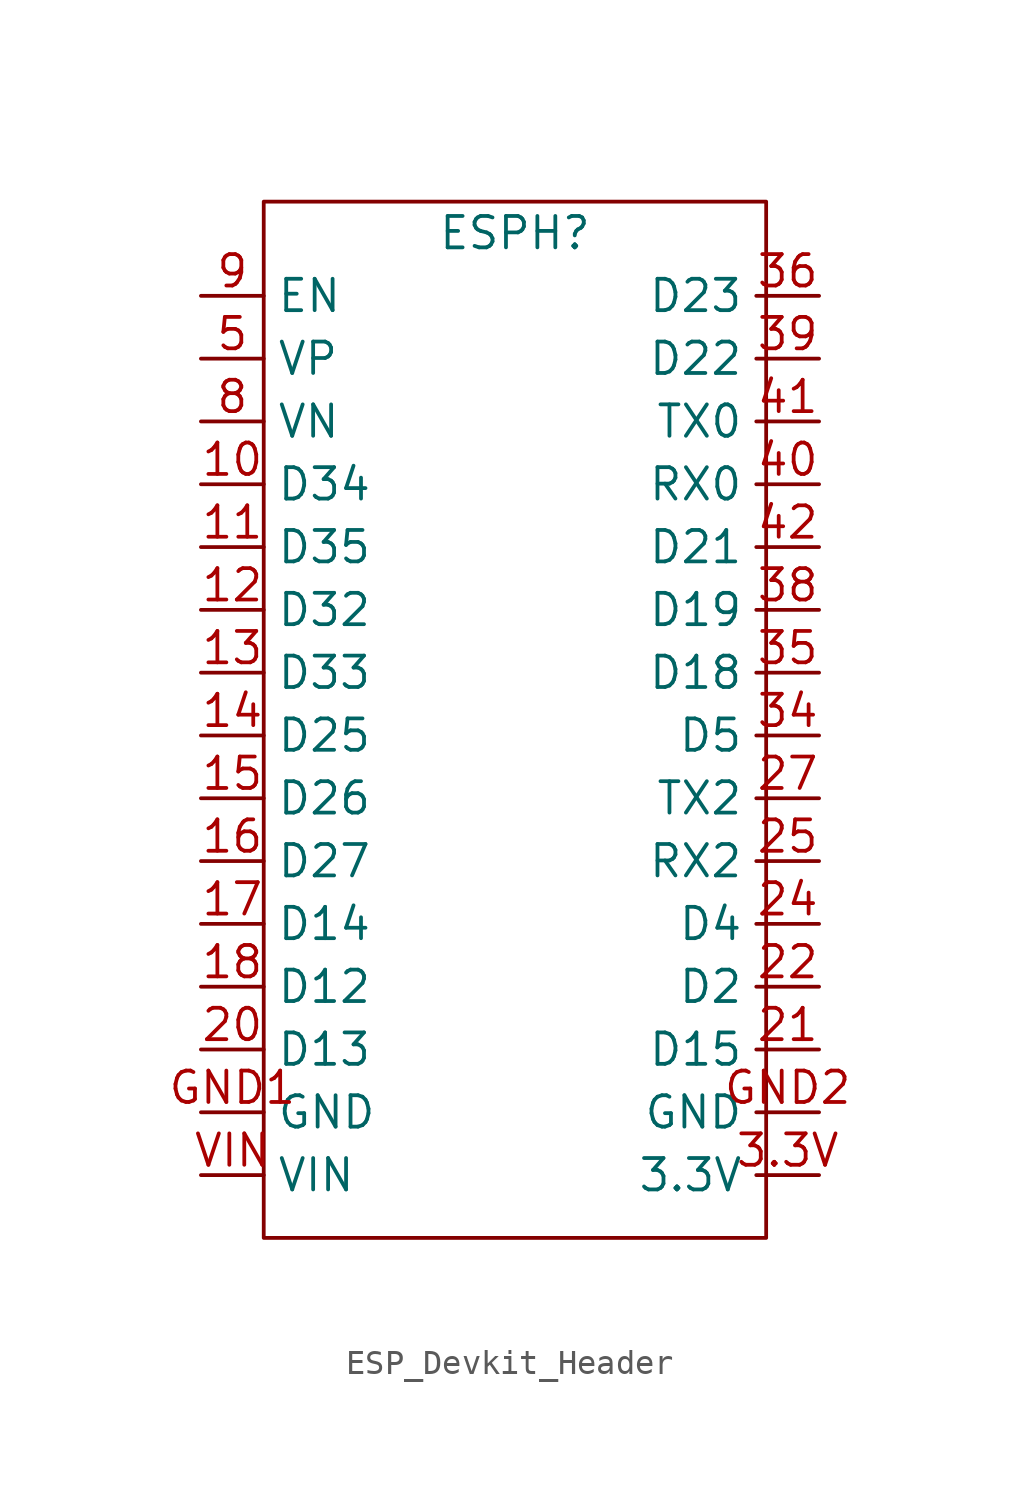
<source format=kicad_sym>
(kicad_symbol_lib
  (version 20220914)
  (generator kicad_symbol_editor)
  (symbol "ESP_Devkit_Header"
    (property "Reference" "ESPH"
      (at 0 20.32 0)
      (effects (font (size 1.27 1.27))))
    (property "Value" ""
      (at -12.7 17.78 0)
      (effects (font (size 1.27 1.27))))
    (symbol "ESP_Devkit_Header_0_0"
      (pin bidirectional line (at -12.7 10.16 0) (length 2.54) (name "D34" (effects (font (size 1.27 1.27)))) (number "10" (effects (font (size 1.27 1.27)))))
      (pin bidirectional line (at -12.7 7.62 0) (length 2.54) (name "D35" (effects (font (size 1.27 1.27)))) (number "11" (effects (font (size 1.27 1.27)))))
      (pin bidirectional line (at -12.7 5.08 0) (length 2.54) (name "D32" (effects (font (size 1.27 1.27)))) (number "12" (effects (font (size 1.27 1.27)))))
      (pin bidirectional line (at -12.7 2.54 0) (length 2.54) (name "D33" (effects (font (size 1.27 1.27)))) (number "13" (effects (font (size 1.27 1.27)))))
      (pin bidirectional line (at -12.7 0 0) (length 2.54) (name "D25" (effects (font (size 1.27 1.27)))) (number "14" (effects (font (size 1.27 1.27)))))
      (pin bidirectional line (at -12.7 -2.54 0) (length 2.54) (name "D26" (effects (font (size 1.27 1.27)))) (number "15" (effects (font (size 1.27 1.27)))))
      (pin bidirectional line (at -12.7 -5.08 0) (length 2.54) (name "D27" (effects (font (size 1.27 1.27)))) (number "16" (effects (font (size 1.27 1.27)))))
      (pin bidirectional line (at -12.7 -7.62 0) (length 2.54) (name "D14" (effects (font (size 1.27 1.27)))) (number "17" (effects (font (size 1.27 1.27)))))
      (pin bidirectional line (at -12.7 -10.16 0) (length 2.54) (name "D12" (effects (font (size 1.27 1.27)))) (number "18" (effects (font (size 1.27 1.27)))))
      (pin bidirectional line (at -12.7 -12.7 0) (length 2.54) (name "D13" (effects (font (size 1.27 1.27)))) (number "20" (effects (font (size 1.27 1.27)))))
      (pin bidirectional line (at 12.3 -12.7 180) (length 2.54) (name "D15" (effects (font (size 1.27 1.27)))) (number "21" (effects (font (size 1.27 1.27)))))
      (pin bidirectional line (at 12.3 -10.16 180) (length 2.54) (name "D2" (effects (font (size 1.27 1.27)))) (number "22" (effects (font (size 1.27 1.27)))))
      (pin bidirectional line (at 12.3 -7.62 180) (length 2.54) (name "D4" (effects (font (size 1.27 1.27)))) (number "24" (effects (font (size 1.27 1.27)))))
      (pin bidirectional line (at 12.3 -5.08 180) (length 2.54) (name "RX2" (effects (font (size 1.27 1.27)))) (number "25" (effects (font (size 1.27 1.27)))))
      (pin bidirectional line (at 12.3 -2.54 180) (length 2.54) (name "TX2" (effects (font (size 1.27 1.27)))) (number "27" (effects (font (size 1.27 1.27)))))
      (pin power_out line (at 12.3 -17.78 180) (length 2.54) (name "3.3V" (effects (font (size 1.27 1.27)))) (number "3.3V" (effects (font (size 1.27 1.27)))))
      (pin bidirectional line (at 12.3 0 180) (length 2.54) (name "D5" (effects (font (size 1.27 1.27)))) (number "34" (effects (font (size 1.27 1.27)))))
      (pin bidirectional line (at 12.3 2.54 180) (length 2.54) (name "D18" (effects (font (size 1.27 1.27)))) (number "35" (effects (font (size 1.27 1.27)))))
      (pin bidirectional line (at 12.3 17.78 180) (length 2.54) (name "D23" (effects (font (size 1.27 1.27)))) (number "36" (effects (font (size 1.27 1.27)))))
      (pin bidirectional line (at 12.3 5.08 180) (length 2.54) (name "D19" (effects (font (size 1.27 1.27)))) (number "38" (effects (font (size 1.27 1.27)))))
      (pin bidirectional line (at 12.3 15.24 180) (length 2.54) (name "D22" (effects (font (size 1.27 1.27)))) (number "39" (effects (font (size 1.27 1.27)))))
      (pin bidirectional line (at 12.3 10.16 180) (length 2.54) (name "RX0" (effects (font (size 1.27 1.27)))) (number "40" (effects (font (size 1.27 1.27)))))
      (pin bidirectional line (at 12.3 12.7 180) (length 2.54) (name "TX0" (effects (font (size 1.27 1.27)))) (number "41" (effects (font (size 1.27 1.27)))))
      (pin bidirectional line (at 12.3 7.62 180) (length 2.54) (name "D21" (effects (font (size 1.27 1.27)))) (number "42" (effects (font (size 1.27 1.27)))))
      (pin bidirectional line (at -12.7 15.24 0) (length 2.54) (name "VP" (effects (font (size 1.27 1.27)))) (number "5" (effects (font (size 1.27 1.27)))))
      (pin bidirectional line (at -12.7 12.7 0) (length 2.54) (name "VN" (effects (font (size 1.27 1.27)))) (number "8" (effects (font (size 1.27 1.27)))))
      (pin input line (at -12.7 17.78 0) (length 2.54) (name "EN" (effects (font (size 1.27 1.27)))) (number "9" (effects (font (size 1.27 1.27)))))
      (pin power_in line (at -12.7 -15.24 0) (length 2.54) (name "GND" (effects (font (size 1.27 1.27)))) (number "GND1" (effects (font (size 1.27 1.27)))))
      (pin power_in line (at 12.3 -15.24 180) (length 2.54) (name "GND" (effects (font (size 1.27 1.27)))) (number "GND2" (effects (font (size 1.27 1.27)))))
      (pin power_in line (at -12.7 -17.78 0) (length 2.54) (name "VIN" (effects (font (size 1.27 1.27)))) (number "VIN" (effects (font (size 1.27 1.27))))))
    (symbol "ESP_Devkit_Header_0_1"
      (rectangle (start -10.16 21.59) (end 10.16 -20.32) (stroke (width 0) (type default)) (fill (type none))))))
</source>
